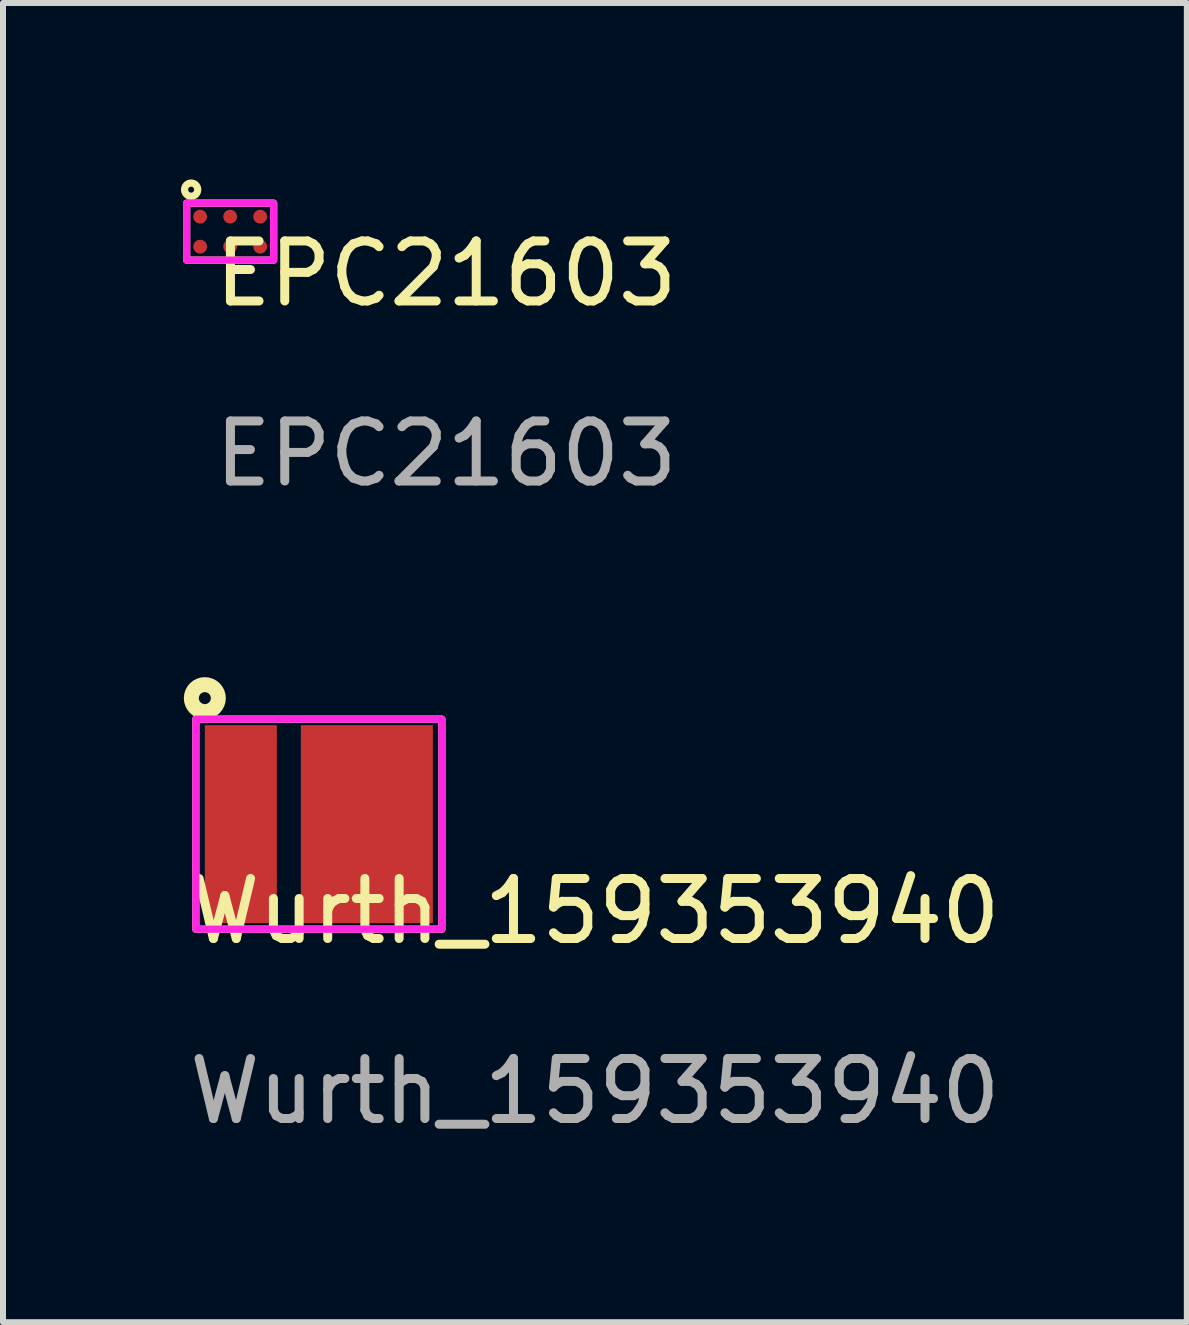
<source format=kicad_pcb>
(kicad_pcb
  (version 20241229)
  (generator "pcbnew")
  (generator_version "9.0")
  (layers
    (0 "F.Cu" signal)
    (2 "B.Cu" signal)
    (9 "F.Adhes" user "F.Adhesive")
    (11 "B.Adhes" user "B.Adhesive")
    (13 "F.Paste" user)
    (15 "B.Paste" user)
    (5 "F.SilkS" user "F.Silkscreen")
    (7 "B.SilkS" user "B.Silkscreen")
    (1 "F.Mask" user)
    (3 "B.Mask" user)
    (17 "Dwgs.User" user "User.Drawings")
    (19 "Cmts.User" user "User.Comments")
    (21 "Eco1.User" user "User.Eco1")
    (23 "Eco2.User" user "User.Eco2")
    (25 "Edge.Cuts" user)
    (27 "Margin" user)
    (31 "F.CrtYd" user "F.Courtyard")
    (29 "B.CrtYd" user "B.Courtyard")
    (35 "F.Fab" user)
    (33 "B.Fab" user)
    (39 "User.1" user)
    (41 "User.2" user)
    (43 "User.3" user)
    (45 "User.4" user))
  (footprint "EPC21603"
    (layer "F.Cu")
    (at 0.785 0.81)
    (property "Reference" "EPC21603" (at 3.6 0.7 0) (unlocked yes) (layer "F.SilkS") (effects (font (size 1 1) (thickness 0.15))))
    (fp_rect (start -0.725 -0.475) (end 0.725 0.475) (stroke (width 0.12) (type solid)) (fill no) (layer "F.SilkS"))
    (fp_circle (center -0.65 -0.7) (end -0.6 -0.7) (stroke (width 0.12) (type solid)) (fill no) (layer "F.SilkS"))
    (fp_rect (start -0.725 -0.475) (end 0.725 0.475) (stroke (width 0.12) (type solid)) (fill no) (layer "F.CrtYd"))
    (fp_text user "${REFERENCE}" (at 3.6 3.7 0) (unlocked yes) (layer "F.Fab") (effects (font (size 1 1) (thickness 0.15))))
    (pad "1" smd circle (at -0.5 -0.25) (size 0.23 0.23) (layers "F.Cu" "F.Mask" "F.Paste"))
    (pad "2" smd circle (at 0 -0.25) (size 0.23 0.23) (layers "F.Cu" "F.Mask" "F.Paste"))
    (pad "3" smd circle (at 0.5 -0.25) (size 0.23 0.23) (layers "F.Cu" "F.Mask" "F.Paste"))
    (pad "4" smd circle (at -0.5 0.25) (size 0.23 0.23) (layers "F.Cu" "F.Mask" "F.Paste"))
    (pad "5" smd circle (at 0 0.25) (size 0.23 0.23) (layers "F.Cu" "F.Mask" "F.Paste"))
    (pad "6" smd circle (at 0.5 0.25) (size 0.23 0.23) (layers "F.Cu" "F.Mask" "F.Paste")))
  (footprint "Wurth_159353940"
    (layer "F.Cu")
    (at 2.263 10.683)
    (property "Reference" "Wurth_159353940" (at 4.6 1.45 0) (unlocked yes) (layer "F.SilkS") (effects (font (size 1 1) (thickness 0.15))))
    (fp_rect (start -2.05 -1.75) (end 2.05 1.75) (stroke (width 0.12) (type solid)) (fill no) (layer "F.SilkS"))
    (fp_circle (center -1.9 -2.1) (end -1.8 -2.1) (stroke (width 0.25) (type solid)) (fill no) (layer "F.SilkS"))
    (fp_rect (start -2.05 -1.75) (end 2.05 1.75) (stroke (width 0.12) (type solid)) (fill no) (layer "F.CrtYd"))
    (fp_text user "${REFERENCE}" (at 4.6 4.45 0) (unlocked yes) (layer "F.Fab") (effects (font (size 1 1) (thickness 0.15))))
    (pad "1" smd rect (at 0.8 0) (size 2.2 3.3) (layers "F.Cu" "F.Mask" "F.Paste"))
    (pad "2" smd rect (at -1.3 0) (size 1.2 3.3) (layers "F.Cu" "F.Mask" "F.Paste")))
  (gr_rect
    (start -3 -3)
    (end 16.726 18.982)
    (stroke (width 0.1) (type default))
    (fill no)
    (layer "Edge.Cuts")))
</source>
